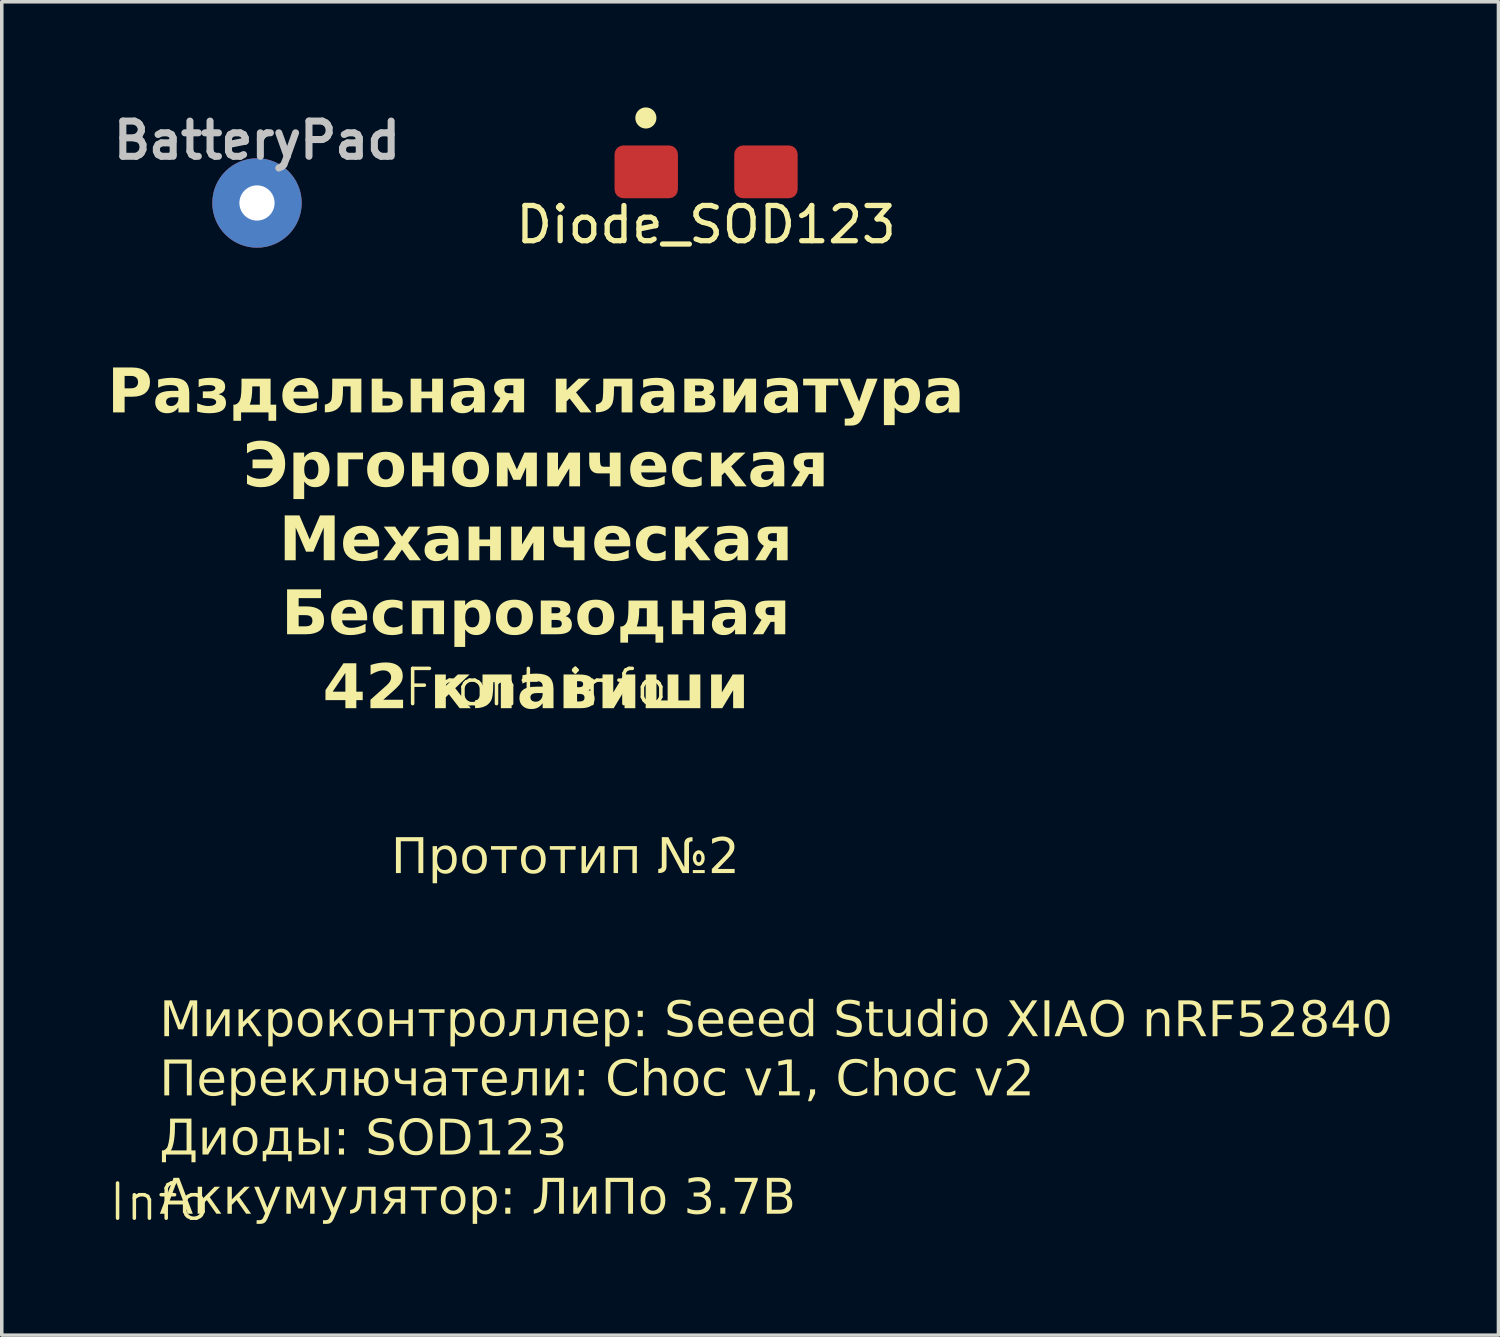
<source format=kicad_pcb>
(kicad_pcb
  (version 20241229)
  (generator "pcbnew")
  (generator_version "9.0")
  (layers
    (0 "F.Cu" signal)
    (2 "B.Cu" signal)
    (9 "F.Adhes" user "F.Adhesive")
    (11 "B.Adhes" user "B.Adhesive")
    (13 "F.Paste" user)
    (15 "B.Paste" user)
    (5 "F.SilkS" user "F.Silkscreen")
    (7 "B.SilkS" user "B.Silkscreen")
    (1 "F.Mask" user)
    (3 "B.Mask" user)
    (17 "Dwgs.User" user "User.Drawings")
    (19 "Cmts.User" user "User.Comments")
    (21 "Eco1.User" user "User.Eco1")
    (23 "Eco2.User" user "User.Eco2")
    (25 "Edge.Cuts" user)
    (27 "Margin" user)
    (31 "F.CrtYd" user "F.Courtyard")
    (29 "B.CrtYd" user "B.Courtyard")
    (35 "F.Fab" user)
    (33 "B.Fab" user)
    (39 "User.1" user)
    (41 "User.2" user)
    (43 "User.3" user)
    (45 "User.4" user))
  (footprint "Diode_SOD123"
    (placed yes)
    (layer "F.Cu")
    (at 17.001 1.83)
    (property "Reference" "Diode_SOD123" (at 0 1.5 0) (layer "F.SilkS") (effects (font (size 1 1) (thickness 0.15))))
    (attr through_hole board_only)
    (fp_circle (center -1.71 -1.53) (end -1.46 -1.53) (stroke (width 0.1) (type default)) (fill yes) (layer "F.SilkS"))
    (fp_line (start -0.5 -0.7) (end -0.5 0.7) (stroke (width 0.15) (type solid)) (layer "User.4"))
    (fp_line (start -0.5 0) (end 0.4 -0.7) (stroke (width 0.15) (type solid)) (layer "User.4"))
    (fp_line (start 0.4 -0.7) (end 0.4 0.7) (stroke (width 0.15) (type solid)) (layer "User.4"))
    (fp_line (start 0.4 0.7) (end -0.5 0) (stroke (width 0.15) (type solid)) (layer "User.4"))
    (pad "1" smd roundrect (at -1.7 0) (size 1.8 1.5) (layers "F.Cu" "F.Mask" "F.Paste") (roundrect_rratio 0.167))
    (pad "2" smd roundrect (at 1.7 0) (size 1.8 1.5) (layers "F.Cu" "F.Mask" "F.Paste") (roundrect_rratio 0.167)))
  (footprint "Front info"
    (layer "F.Cu")
    (at 5.038 7.453)
    (property "Reference" "Front info" (at 7.13 9.02 0) (unlocked yes) (layer "F.SilkS") (effects (font (size 1 1) (thickness 0.1))))
    (attr board_only exclude_from_pos_files exclude_from_bom)
    (fp_text user "Раздельная клавиатура\nЭргономическая\nМеханическая\nБеспроводная\n42 клавиши\n\n\n" (at 7.13 14.02 0) (unlocked yes) (layer "F.SilkS") (effects (font (face "GOST Type AU") (size 1.25 1.25) (thickness 0.3) (bold yes)) (justify bottom)))
    (fp_text user "Прототип №2" (at 3.018 14.46 0) (unlocked yes) (layer "F.SilkS") (effects (font (face "GOST type B") (size 1 1) (thickness 0.188) (italic yes)) (justify left bottom))))
  (footprint "Info"
    (layer "F.Cu")
    (at 1.479 31.586)
    (property "Reference" "Info" (at 0 -0.5 0) (unlocked yes) (layer "F.SilkS") (effects (font (size 1 1) (thickness 0.1))))
    (attr board_only exclude_from_pos_files exclude_from_bom)
    (fp_text user "Микроконтроллер: Seeed Studio XIAO nRF52840\nПереключатели: Choc v1, Choc v2\nДиоды: SOD123\nАккумулятор: ЛиПо 3.7В" (at 0 0 0) (unlocked yes) (layer "F.SilkS") (effects (font (face "GOST Type AU") (size 1 1) (thickness 0.1)) (justify left bottom))))
  (footprint "BatteryPad"
    (layer "F.Cu")
    (at 4.248 2.714)
    (property "Reference" "BatteryPad" (at 0 -1.778 0) (layer "Dwgs.User") (effects (font (size 1 1) (thickness 0.2))))
    (attr through_hole board_only)
    (pad "1" thru_hole circle (at 0 0) (size 2.54 2.54) (drill 1) (layers "*.Cu" "*.Mask")))
  (gr_rect
    (start -3 -3)
    (end 39.502 34.864)
    (stroke (width 0.1) (type default))
    (fill no)
    (layer "Edge.Cuts")))
</source>
